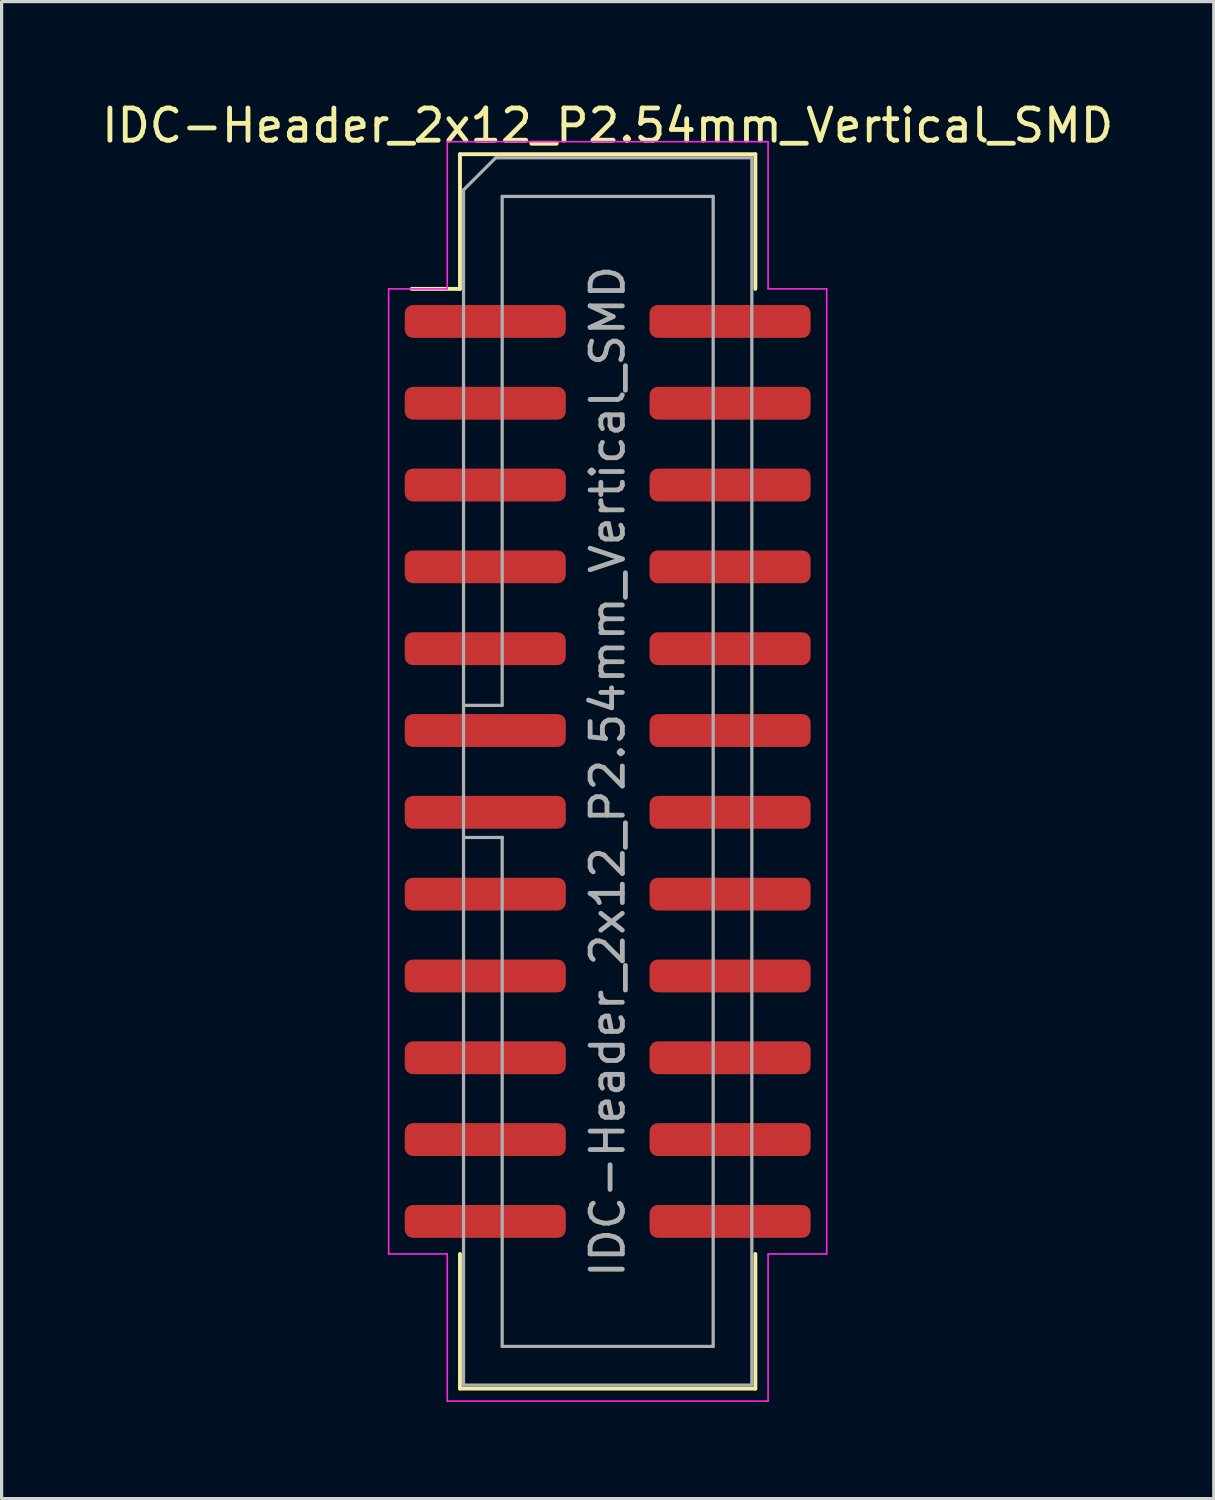
<source format=kicad_pcb>
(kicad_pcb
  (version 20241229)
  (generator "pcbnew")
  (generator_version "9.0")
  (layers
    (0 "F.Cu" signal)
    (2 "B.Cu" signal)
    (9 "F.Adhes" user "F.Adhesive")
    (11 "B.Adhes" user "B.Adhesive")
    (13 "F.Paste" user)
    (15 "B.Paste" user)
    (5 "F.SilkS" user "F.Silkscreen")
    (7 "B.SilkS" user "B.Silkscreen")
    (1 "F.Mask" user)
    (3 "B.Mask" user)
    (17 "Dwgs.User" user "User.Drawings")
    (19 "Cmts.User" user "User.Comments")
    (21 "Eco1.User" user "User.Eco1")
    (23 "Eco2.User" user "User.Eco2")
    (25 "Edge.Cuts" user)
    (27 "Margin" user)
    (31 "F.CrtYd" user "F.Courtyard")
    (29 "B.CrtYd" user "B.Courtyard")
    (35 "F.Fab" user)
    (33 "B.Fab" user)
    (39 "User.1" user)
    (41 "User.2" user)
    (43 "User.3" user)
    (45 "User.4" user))
  (footprint "IDC-Header_2x12_P2.54mm_Vertical_SMD"
    (layer "F.Cu")
    (at 15.815 20.898)
    (property "Reference" "IDC-Header_2x12_P2.54mm_Vertical_SMD" (at 0 -20.05 0) (layer "F.SilkS") (effects (font (size 1 1) (thickness 0.15))))
    (attr smd)
    (fp_line (start -4.585 -19.16) (end 4.585 -19.16) (stroke (width 0.12) (type solid)) (layer "F.SilkS"))
    (fp_line (start -4.585 -14.98) (end -6.085 -14.98) (stroke (width 0.12) (type solid)) (layer "F.SilkS"))
    (fp_line (start -4.585 -14.98) (end -4.585 -19.16) (stroke (width 0.12) (type solid)) (layer "F.SilkS"))
    (fp_line (start -4.585 14.98) (end -4.585 19.16) (stroke (width 0.12) (type solid)) (layer "F.SilkS"))
    (fp_line (start -4.585 19.16) (end 4.585 19.16) (stroke (width 0.12) (type solid)) (layer "F.SilkS"))
    (fp_line (start 4.585 -19.16) (end 4.585 -14.98) (stroke (width 0.12) (type solid)) (layer "F.SilkS"))
    (fp_line (start 4.585 19.16) (end 4.585 14.98) (stroke (width 0.12) (type solid)) (layer "F.SilkS"))
    (fp_line (start -6.8 -14.98) (end -6.8 14.98) (stroke (width 0.05) (type solid)) (layer "F.CrtYd"))
    (fp_line (start -6.8 14.98) (end -4.98 14.98) (stroke (width 0.05) (type solid)) (layer "F.CrtYd"))
    (fp_line (start -4.98 -19.55) (end -4.98 -14.98) (stroke (width 0.05) (type solid)) (layer "F.CrtYd"))
    (fp_line (start -4.98 -14.98) (end -6.8 -14.98) (stroke (width 0.05) (type solid)) (layer "F.CrtYd"))
    (fp_line (start -4.98 14.98) (end -4.98 19.55) (stroke (width 0.05) (type solid)) (layer "F.CrtYd"))
    (fp_line (start -4.98 19.55) (end 4.98 19.55) (stroke (width 0.05) (type solid)) (layer "F.CrtYd"))
    (fp_line (start 4.98 -19.55) (end -4.98 -19.55) (stroke (width 0.05) (type solid)) (layer "F.CrtYd"))
    (fp_line (start 4.98 -14.98) (end 4.98 -19.55) (stroke (width 0.05) (type solid)) (layer "F.CrtYd"))
    (fp_line (start 4.98 14.98) (end 6.8 14.98) (stroke (width 0.05) (type solid)) (layer "F.CrtYd"))
    (fp_line (start 4.98 19.55) (end 4.98 14.98) (stroke (width 0.05) (type solid)) (layer "F.CrtYd"))
    (fp_line (start 6.8 -14.98) (end 4.98 -14.98) (stroke (width 0.05) (type solid)) (layer "F.CrtYd"))
    (fp_line (start 6.8 14.98) (end 6.8 -14.98) (stroke (width 0.05) (type solid)) (layer "F.CrtYd"))
    (fp_line (start -4.475 -18.05) (end -3.475 -19.05) (stroke (width 0.1) (type solid)) (layer "F.Fab"))
    (fp_line (start -4.475 -2.05) (end -3.275 -2.05) (stroke (width 0.1) (type solid)) (layer "F.Fab"))
    (fp_line (start -4.475 19.05) (end -4.475 -18.05) (stroke (width 0.1) (type solid)) (layer "F.Fab"))
    (fp_line (start -3.475 -19.05) (end 4.475 -19.05) (stroke (width 0.1) (type solid)) (layer "F.Fab"))
    (fp_line (start -3.275 -17.85) (end 3.275 -17.85) (stroke (width 0.1) (type solid)) (layer "F.Fab"))
    (fp_line (start -3.275 -2.05) (end -3.275 -17.85) (stroke (width 0.1) (type solid)) (layer "F.Fab"))
    (fp_line (start -3.275 2.05) (end -4.475 2.05) (stroke (width 0.1) (type solid)) (layer "F.Fab"))
    (fp_line (start -3.275 2.05) (end -3.275 2.05) (stroke (width 0.1) (type solid)) (layer "F.Fab"))
    (fp_line (start -3.275 17.85) (end -3.275 2.05) (stroke (width 0.1) (type solid)) (layer "F.Fab"))
    (fp_line (start 3.275 -17.85) (end 3.275 17.85) (stroke (width 0.1) (type solid)) (layer "F.Fab"))
    (fp_line (start 3.275 17.85) (end -3.275 17.85) (stroke (width 0.1) (type solid)) (layer "F.Fab"))
    (fp_line (start 4.475 -19.05) (end 4.475 19.05) (stroke (width 0.1) (type solid)) (layer "F.Fab"))
    (fp_line (start 4.475 19.05) (end -4.475 19.05) (stroke (width 0.1) (type solid)) (layer "F.Fab"))
    (fp_text user "${REFERENCE}" (at 0 0 90) (layer "F.Fab") (effects (font (size 1 1) (thickness 0.15))))
    (pad "1" smd roundrect (at -3.8 -13.97) (size 5 1.02) (layers "F.Cu" "F.Mask" "F.Paste") (roundrect_rratio 0.25))
    (pad "2" smd roundrect (at 3.8 -13.97) (size 5 1.02) (layers "F.Cu" "F.Mask" "F.Paste") (roundrect_rratio 0.25))
    (pad "3" smd roundrect (at -3.8 -11.43) (size 5 1.02) (layers "F.Cu" "F.Mask" "F.Paste") (roundrect_rratio 0.25))
    (pad "4" smd roundrect (at 3.8 -11.43) (size 5 1.02) (layers "F.Cu" "F.Mask" "F.Paste") (roundrect_rratio 0.25))
    (pad "5" smd roundrect (at -3.8 -8.89) (size 5 1.02) (layers "F.Cu" "F.Mask" "F.Paste") (roundrect_rratio 0.25))
    (pad "6" smd roundrect (at 3.8 -8.89) (size 5 1.02) (layers "F.Cu" "F.Mask" "F.Paste") (roundrect_rratio 0.25))
    (pad "7" smd roundrect (at -3.8 -6.35) (size 5 1.02) (layers "F.Cu" "F.Mask" "F.Paste") (roundrect_rratio 0.25))
    (pad "8" smd roundrect (at 3.8 -6.35) (size 5 1.02) (layers "F.Cu" "F.Mask" "F.Paste") (roundrect_rratio 0.25))
    (pad "9" smd roundrect (at -3.8 -3.81) (size 5 1.02) (layers "F.Cu" "F.Mask" "F.Paste") (roundrect_rratio 0.25))
    (pad "10" smd roundrect (at 3.8 -3.81) (size 5 1.02) (layers "F.Cu" "F.Mask" "F.Paste") (roundrect_rratio 0.25))
    (pad "11" smd roundrect (at -3.8 -1.27) (size 5 1.02) (layers "F.Cu" "F.Mask" "F.Paste") (roundrect_rratio 0.25))
    (pad "12" smd roundrect (at 3.8 -1.27) (size 5 1.02) (layers "F.Cu" "F.Mask" "F.Paste") (roundrect_rratio 0.25))
    (pad "13" smd roundrect (at -3.8 1.27) (size 5 1.02) (layers "F.Cu" "F.Mask" "F.Paste") (roundrect_rratio 0.25))
    (pad "14" smd roundrect (at 3.8 1.27) (size 5 1.02) (layers "F.Cu" "F.Mask" "F.Paste") (roundrect_rratio 0.25))
    (pad "15" smd roundrect (at -3.8 3.81) (size 5 1.02) (layers "F.Cu" "F.Mask" "F.Paste") (roundrect_rratio 0.25))
    (pad "16" smd roundrect (at 3.8 3.81) (size 5 1.02) (layers "F.Cu" "F.Mask" "F.Paste") (roundrect_rratio 0.25))
    (pad "17" smd roundrect (at -3.8 6.35) (size 5 1.02) (layers "F.Cu" "F.Mask" "F.Paste") (roundrect_rratio 0.25))
    (pad "18" smd roundrect (at 3.8 6.35) (size 5 1.02) (layers "F.Cu" "F.Mask" "F.Paste") (roundrect_rratio 0.25))
    (pad "19" smd roundrect (at -3.8 8.89) (size 5 1.02) (layers "F.Cu" "F.Mask" "F.Paste") (roundrect_rratio 0.25))
    (pad "20" smd roundrect (at 3.8 8.89) (size 5 1.02) (layers "F.Cu" "F.Mask" "F.Paste") (roundrect_rratio 0.25))
    (pad "21" smd roundrect (at -3.8 11.43) (size 5 1.02) (layers "F.Cu" "F.Mask" "F.Paste") (roundrect_rratio 0.25))
    (pad "22" smd roundrect (at 3.8 11.43) (size 5 1.02) (layers "F.Cu" "F.Mask" "F.Paste") (roundrect_rratio 0.25))
    (pad "23" smd roundrect (at -3.8 13.97) (size 5 1.02) (layers "F.Cu" "F.Mask" "F.Paste") (roundrect_rratio 0.25))
    (pad "24" smd roundrect (at 3.8 13.97) (size 5 1.02) (layers "F.Cu" "F.Mask" "F.Paste") (roundrect_rratio 0.25)))
  (gr_rect
    (start -3 -3)
    (end 34.631 43.473)
    (stroke (width 0.1) (type default))
    (fill no)
    (layer "Edge.Cuts")))
</source>
